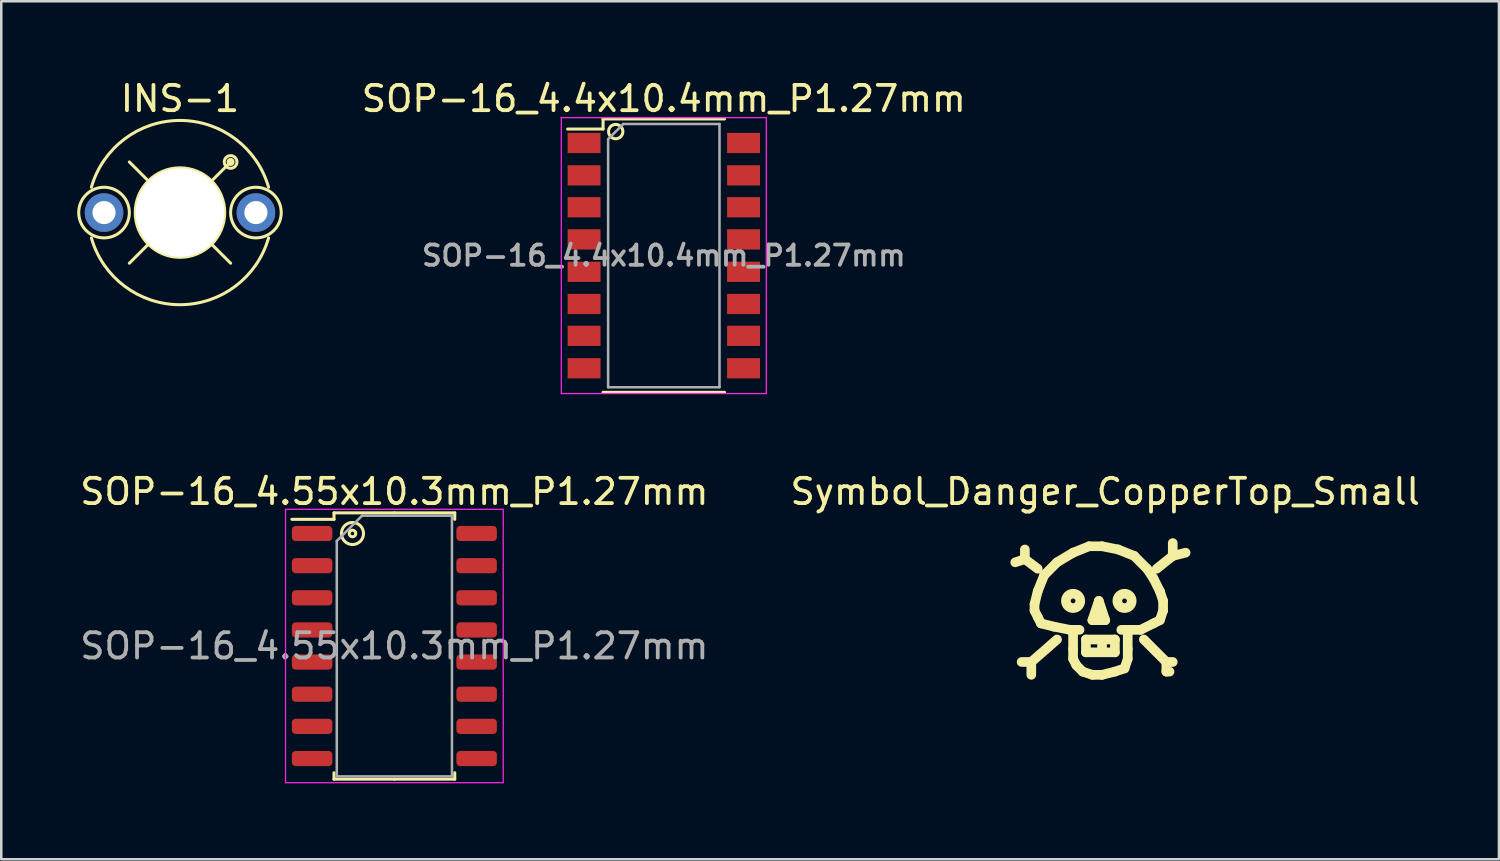
<source format=kicad_pcb>
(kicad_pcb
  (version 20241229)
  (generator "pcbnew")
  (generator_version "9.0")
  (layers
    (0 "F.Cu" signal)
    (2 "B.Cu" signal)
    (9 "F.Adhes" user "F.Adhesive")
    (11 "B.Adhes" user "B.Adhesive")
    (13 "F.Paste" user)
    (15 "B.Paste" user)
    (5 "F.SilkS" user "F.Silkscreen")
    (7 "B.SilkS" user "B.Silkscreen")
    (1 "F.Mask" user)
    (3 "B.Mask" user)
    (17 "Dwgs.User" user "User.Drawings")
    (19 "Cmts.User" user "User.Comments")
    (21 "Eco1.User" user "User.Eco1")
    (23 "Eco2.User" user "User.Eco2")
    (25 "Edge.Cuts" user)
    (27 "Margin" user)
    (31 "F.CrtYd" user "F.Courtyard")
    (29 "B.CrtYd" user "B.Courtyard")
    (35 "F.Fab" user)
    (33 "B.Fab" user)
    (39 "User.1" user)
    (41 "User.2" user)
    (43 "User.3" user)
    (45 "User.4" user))
  (footprint "INS-1"
    (layer "F.Cu")
    (at 4.06 5.348)
    (property "Reference" "INS-1" (at 0 -4.5 0) (layer "F.SilkS") (effects (font (size 1 1) (thickness 0.15))))
    (attr through_hole)
    (fp_line (start -2 -2) (end -1.25 -1.25) (stroke (width 0.12) (type solid)) (layer "F.SilkS"))
    (fp_line (start -2 2) (end -1.25 1.25) (stroke (width 0.12) (type solid)) (layer "F.SilkS"))
    (fp_line (start 1.25 1.25) (end 2 2) (stroke (width 0.12) (type solid)) (layer "F.SilkS"))
    (fp_line (start 2 -2) (end 1.25 -1.25) (stroke (width 0.12) (type solid)) (layer "F.SilkS"))
    (fp_arc (start -3.499999 -1) (mid 0 -3.640054) (end 3.499999 -0.999999) (stroke (width 0.12) (type solid)) (layer "F.SilkS"))
    (fp_arc (start 3.499999 1) (mid 0 3.640054) (end -3.499999 0.999999) (stroke (width 0.12) (type solid)) (layer "F.SilkS"))
    (fp_circle (center -3 0) (end -3.8 0.6) (stroke (width 0.12) (type solid)) (fill no) (layer "F.SilkS"))
    (fp_circle (center 0 0) (end 1.75 0.25) (stroke (width 0.12) (type solid)) (fill no) (layer "F.SilkS"))
    (fp_circle (center 2 -2) (end 1.75 -2) (stroke (width 0.12) (type solid)) (fill no) (layer "F.SilkS"))
    (fp_circle (center 2 -2) (end 2 -2.1) (stroke (width 0.12) (type solid)) (fill no) (layer "F.SilkS"))
    (fp_circle (center 3 0) (end 4 0) (stroke (width 0.12) (type solid)) (fill no) (layer "F.SilkS"))
    (pad "" np_thru_hole circle (at 0 0) (size 3.5 3.5) (drill 3.5) (layers "*.Cu" "*.Mask"))
    (pad "1" thru_hole circle (at -3 0) (size 1.524 1.524) (drill 0.914) (layers "*.Cu" "*.Mask"))
    (pad "2" thru_hole circle (at 3 0) (size 1.524 1.524) (drill 0.914) (layers "*.Cu" "*.Mask")))
  (footprint "SOP-16_4.55x10.3mm_P1.27mm"
    (layer "F.Cu")
    (at 12.53 22.471)
    (property "Reference" "SOP-16_4.55x10.3mm_P1.27mm" (at 0 -6.1 0) (layer "F.SilkS") (effects (font (size 1 1) (thickness 0.15))))
    (attr smd)
    (fp_line (start -2.385 -5.26) (end -2.385 -5.005) (stroke (width 0.12) (type solid)) (layer "F.SilkS"))
    (fp_line (start -2.385 -5.005) (end -4.05 -5.005) (stroke (width 0.12) (type solid)) (layer "F.SilkS"))
    (fp_line (start -2.385 5.26) (end -2.385 5.005) (stroke (width 0.12) (type solid)) (layer "F.SilkS"))
    (fp_line (start 0 -5.26) (end -2.385 -5.26) (stroke (width 0.12) (type solid)) (layer "F.SilkS"))
    (fp_line (start 0 -5.26) (end 2.385 -5.26) (stroke (width 0.12) (type solid)) (layer "F.SilkS"))
    (fp_line (start 0 5.26) (end -2.385 5.26) (stroke (width 0.12) (type solid)) (layer "F.SilkS"))
    (fp_line (start 0 5.26) (end 2.385 5.26) (stroke (width 0.12) (type solid)) (layer "F.SilkS"))
    (fp_line (start 2.385 -5.26) (end 2.385 -5.005) (stroke (width 0.12) (type solid)) (layer "F.SilkS"))
    (fp_line (start 2.385 5.26) (end 2.385 5.005) (stroke (width 0.12) (type solid)) (layer "F.SilkS"))
    (fp_circle (center -1.655 -4.445) (end -2.041 -4.648) (stroke (width 0.12) (type solid)) (fill no) (layer "F.SilkS"))
    (fp_circle (center -1.655 -4.445) (end -1.769 -4.381) (stroke (width 0.12) (type solid)) (fill no) (layer "F.SilkS"))
    (fp_line (start -4.3 -5.4) (end -4.3 5.4) (stroke (width 0.05) (type solid)) (layer "F.CrtYd"))
    (fp_line (start -4.3 5.4) (end 4.3 5.4) (stroke (width 0.05) (type solid)) (layer "F.CrtYd"))
    (fp_line (start 4.3 -5.4) (end -4.3 -5.4) (stroke (width 0.05) (type solid)) (layer "F.CrtYd"))
    (fp_line (start 4.3 5.4) (end 4.3 -5.4) (stroke (width 0.05) (type solid)) (layer "F.CrtYd"))
    (fp_line (start -2.275 -4.15) (end -1.275 -5.15) (stroke (width 0.1) (type solid)) (layer "F.Fab"))
    (fp_line (start -2.275 5.15) (end -2.275 -4.15) (stroke (width 0.1) (type solid)) (layer "F.Fab"))
    (fp_line (start -1.275 -5.15) (end 2.275 -5.15) (stroke (width 0.1) (type solid)) (layer "F.Fab"))
    (fp_line (start 2.275 -5.15) (end 2.275 5.15) (stroke (width 0.1) (type solid)) (layer "F.Fab"))
    (fp_line (start 2.275 5.15) (end -2.275 5.15) (stroke (width 0.1) (type solid)) (layer "F.Fab"))
    (fp_text user "${REFERENCE}" (at 0 0 0) (layer "F.Fab") (effects (font (size 1 1) (thickness 0.15))))
    (pad "1" smd roundrect (at -3.25 -4.445) (size 1.6 0.6) (layers "F.Cu" "F.Mask" "F.Paste") (roundrect_rratio 0.25))
    (pad "2" smd roundrect (at -3.25 -3.175) (size 1.6 0.6) (layers "F.Cu" "F.Mask" "F.Paste") (roundrect_rratio 0.25))
    (pad "3" smd roundrect (at -3.25 -1.905) (size 1.6 0.6) (layers "F.Cu" "F.Mask" "F.Paste") (roundrect_rratio 0.25))
    (pad "4" smd roundrect (at -3.25 -0.635) (size 1.6 0.6) (layers "F.Cu" "F.Mask" "F.Paste") (roundrect_rratio 0.25))
    (pad "5" smd roundrect (at -3.25 0.635) (size 1.6 0.6) (layers "F.Cu" "F.Mask" "F.Paste") (roundrect_rratio 0.25))
    (pad "6" smd roundrect (at -3.25 1.905) (size 1.6 0.6) (layers "F.Cu" "F.Mask" "F.Paste") (roundrect_rratio 0.25))
    (pad "7" smd roundrect (at -3.25 3.175) (size 1.6 0.6) (layers "F.Cu" "F.Mask" "F.Paste") (roundrect_rratio 0.25))
    (pad "8" smd roundrect (at -3.25 4.445) (size 1.6 0.6) (layers "F.Cu" "F.Mask" "F.Paste") (roundrect_rratio 0.25))
    (pad "9" smd roundrect (at 3.25 4.445) (size 1.6 0.6) (layers "F.Cu" "F.Mask" "F.Paste") (roundrect_rratio 0.25))
    (pad "10" smd roundrect (at 3.25 3.175) (size 1.6 0.6) (layers "F.Cu" "F.Mask" "F.Paste") (roundrect_rratio 0.25))
    (pad "11" smd roundrect (at 3.25 1.905) (size 1.6 0.6) (layers "F.Cu" "F.Mask" "F.Paste") (roundrect_rratio 0.25))
    (pad "12" smd roundrect (at 3.25 0.635) (size 1.6 0.6) (layers "F.Cu" "F.Mask" "F.Paste") (roundrect_rratio 0.25))
    (pad "13" smd roundrect (at 3.25 -0.635) (size 1.6 0.6) (layers "F.Cu" "F.Mask" "F.Paste") (roundrect_rratio 0.25))
    (pad "14" smd roundrect (at 3.25 -1.905) (size 1.6 0.6) (layers "F.Cu" "F.Mask" "F.Paste") (roundrect_rratio 0.25))
    (pad "15" smd roundrect (at 3.25 -3.175) (size 1.6 0.6) (layers "F.Cu" "F.Mask" "F.Paste") (roundrect_rratio 0.25))
    (pad "16" smd roundrect (at 3.25 -4.445) (size 1.6 0.6) (layers "F.Cu" "F.Mask" "F.Paste") (roundrect_rratio 0.25)))
  (footprint "SOP-16_4.4x10.4mm_P1.27mm"
    (layer "F.Cu")
    (at 23.174 7.048)
    (property "Reference" "SOP-16_4.4x10.4mm_P1.27mm" (at 0 -6.2 0) (layer "F.SilkS") (effects (font (size 1 1) (thickness 0.15))))
    (attr smd)
    (fp_line (start -2.4 -5.4) (end -2.4 -5) (stroke (width 0.12) (type solid)) (layer "F.SilkS"))
    (fp_line (start -2.4 -5.4) (end 2.4 -5.4) (stroke (width 0.12) (type solid)) (layer "F.SilkS"))
    (fp_line (start -2.4 -5) (end -3.8 -5) (stroke (width 0.12) (type solid)) (layer "F.SilkS"))
    (fp_line (start -2.4 5.4) (end 2.4 5.4) (stroke (width 0.12) (type solid)) (layer "F.SilkS"))
    (fp_circle (center -1.9 -4.9) (end -2.1 -5.1) (stroke (width 0.12) (type solid)) (fill no) (layer "F.SilkS"))
    (fp_line (start -4.05 -5.45) (end -4.05 5.45) (stroke (width 0.05) (type solid)) (layer "F.CrtYd"))
    (fp_line (start -4.05 -5.45) (end 4.05 -5.45) (stroke (width 0.05) (type solid)) (layer "F.CrtYd"))
    (fp_line (start 4.05 5.45) (end -4.05 5.45) (stroke (width 0.05) (type solid)) (layer "F.CrtYd"))
    (fp_line (start 4.05 5.45) (end 4.05 -5.45) (stroke (width 0.05) (type solid)) (layer "F.CrtYd"))
    (fp_line (start -2.2 -4.6) (end -1.6 -5.2) (stroke (width 0.1) (type solid)) (layer "F.Fab"))
    (fp_line (start -2.2 5.2) (end -2.2 -4.6) (stroke (width 0.1) (type solid)) (layer "F.Fab"))
    (fp_line (start -1.6 -5.2) (end 2.2 -5.2) (stroke (width 0.1) (type solid)) (layer "F.Fab"))
    (fp_line (start 2.2 -5.2) (end 2.2 5.2) (stroke (width 0.1) (type solid)) (layer "F.Fab"))
    (fp_line (start 2.2 5.2) (end -2.2 5.2) (stroke (width 0.1) (type solid)) (layer "F.Fab"))
    (fp_text user "${REFERENCE}" (at 0 0 0) (layer "F.Fab") (effects (font (size 0.8 0.8) (thickness 0.15))))
    (pad "1" smd rect (at -3.15 -4.45) (size 1.3 0.8) (layers "F.Cu" "F.Mask" "F.Paste"))
    (pad "2" smd rect (at -3.15 -3.17) (size 1.3 0.8) (layers "F.Cu" "F.Mask" "F.Paste"))
    (pad "3" smd rect (at -3.15 -1.91) (size 1.3 0.8) (layers "F.Cu" "F.Mask" "F.Paste"))
    (pad "4" smd rect (at -3.15 -0.64) (size 1.3 0.8) (layers "F.Cu" "F.Mask" "F.Paste"))
    (pad "5" smd rect (at -3.15 0.64) (size 1.3 0.8) (layers "F.Cu" "F.Mask" "F.Paste"))
    (pad "6" smd rect (at -3.15 1.91) (size 1.3 0.8) (layers "F.Cu" "F.Mask" "F.Paste"))
    (pad "7" smd rect (at -3.15 3.17) (size 1.3 0.8) (layers "F.Cu" "F.Mask" "F.Paste"))
    (pad "8" smd rect (at -3.15 4.45) (size 1.3 0.8) (layers "F.Cu" "F.Mask" "F.Paste"))
    (pad "9" smd rect (at 3.15 4.45) (size 1.3 0.8) (layers "F.Cu" "F.Mask" "F.Paste"))
    (pad "10" smd rect (at 3.15 3.17) (size 1.3 0.8) (layers "F.Cu" "F.Mask" "F.Paste"))
    (pad "11" smd rect (at 3.15 1.91) (size 1.3 0.8) (layers "F.Cu" "F.Mask" "F.Paste"))
    (pad "12" smd rect (at 3.15 0.64) (size 1.3 0.8) (layers "F.Cu" "F.Mask" "F.Paste"))
    (pad "13" smd rect (at 3.15 -0.64) (size 1.3 0.8) (layers "F.Cu" "F.Mask" "F.Paste"))
    (pad "14" smd rect (at 3.15 -1.91) (size 1.3 0.8) (layers "F.Cu" "F.Mask" "F.Paste"))
    (pad "15" smd rect (at 3.15 -3.17) (size 1.3 0.8) (layers "F.Cu" "F.Mask" "F.Paste"))
    (pad "16" smd rect (at 3.15 -4.45) (size 1.3 0.8) (layers "F.Cu" "F.Mask" "F.Paste")))
  (footprint "Symbol_Danger_CopperTop_Small"
    (layer "F.Cu")
    (at 40.359 21.07)
    (property "Reference" "Symbol_Danger_CopperTop_Small" (at 0.254 -4.699 0) (layer "F.SilkS") (effects (font (size 1 1) (thickness 0.15))))
    (attr exclude_from_pos_files exclude_from_bom)
    (fp_line (start -2.921 -2.032) (end -3.302 -1.905) (stroke (width 0.381) (type solid)) (layer "F.SilkS"))
    (fp_line (start -2.921 -2.032) (end -2.921 -2.413) (stroke (width 0.381) (type solid)) (layer "F.SilkS"))
    (fp_line (start -2.667 2.032) (end -3.048 2.032) (stroke (width 0.381) (type solid)) (layer "F.SilkS"))
    (fp_line (start -2.667 2.032) (end -2.667 2.54) (stroke (width 0.381) (type solid)) (layer "F.SilkS"))
    (fp_line (start -2.54 -0.254) (end -2.413 -0.762) (stroke (width 0.381) (type solid)) (layer "F.SilkS"))
    (fp_line (start -2.54 0) (end -2.54 -0.254) (stroke (width 0.381) (type solid)) (layer "F.SilkS"))
    (fp_line (start -2.54 0) (end -2.413 0.254) (stroke (width 0.381) (type solid)) (layer "F.SilkS"))
    (fp_line (start -2.413 -1.651) (end -2.921 -2.032) (stroke (width 0.381) (type solid)) (layer "F.SilkS"))
    (fp_line (start -2.413 -0.762) (end -2.159 -1.397) (stroke (width 0.381) (type solid)) (layer "F.SilkS"))
    (fp_line (start -2.413 0.254) (end -2.286 0.508) (stroke (width 0.381) (type solid)) (layer "F.SilkS"))
    (fp_line (start -2.286 0.508) (end -1.778 0.635) (stroke (width 0.381) (type solid)) (layer "F.SilkS"))
    (fp_line (start -2.159 -1.397) (end -1.651 -1.905) (stroke (width 0.381) (type solid)) (layer "F.SilkS"))
    (fp_line (start -1.778 0.635) (end -1.143 0.762) (stroke (width 0.381) (type solid)) (layer "F.SilkS"))
    (fp_line (start -1.651 -1.905) (end -1.016 -2.286) (stroke (width 0.381) (type solid)) (layer "F.SilkS"))
    (fp_line (start -1.651 1.143) (end -2.667 2.032) (stroke (width 0.381) (type solid)) (layer "F.SilkS"))
    (fp_line (start -1.143 0.762) (end -0.762 0.762) (stroke (width 0.381) (type solid)) (layer "F.SilkS"))
    (fp_line (start -1.016 -2.286) (end -0.381 -2.54) (stroke (width 0.381) (type solid)) (layer "F.SilkS"))
    (fp_line (start -1.016 1.524) (end -1.016 0.762) (stroke (width 0.381) (type solid)) (layer "F.SilkS"))
    (fp_line (start -1.016 1.905) (end -1.016 1.524) (stroke (width 0.381) (type solid)) (layer "F.SilkS"))
    (fp_line (start -1.016 1.905) (end -0.889 2.159) (stroke (width 0.381) (type solid)) (layer "F.SilkS"))
    (fp_line (start -0.889 2.159) (end -0.635 2.413) (stroke (width 0.381) (type solid)) (layer "F.SilkS"))
    (fp_line (start -0.635 2.413) (end -0.254 2.54) (stroke (width 0.381) (type solid)) (layer "F.SilkS"))
    (fp_line (start -0.508 1.143) (end 0.635 1.143) (stroke (width 0.381) (type solid)) (layer "F.SilkS"))
    (fp_line (start -0.508 1.651) (end -0.508 1.143) (stroke (width 0.381) (type solid)) (layer "F.SilkS"))
    (fp_line (start -0.381 -2.54) (end 0.127 -2.54) (stroke (width 0.381) (type solid)) (layer "F.SilkS"))
    (fp_line (start -0.254 0.381) (end 0 -0.381) (stroke (width 0.381) (type solid)) (layer "F.SilkS"))
    (fp_line (start 0 -0.381) (end 0.254 0.381) (stroke (width 0.381) (type solid)) (layer "F.SilkS"))
    (fp_line (start 0.127 -2.54) (end 0.762 -2.413) (stroke (width 0.381) (type solid)) (layer "F.SilkS"))
    (fp_line (start 0.127 1.27) (end 0.127 1.524) (stroke (width 0.381) (type solid)) (layer "F.SilkS"))
    (fp_line (start 0.127 2.54) (end -0.254 2.54) (stroke (width 0.381) (type solid)) (layer "F.SilkS"))
    (fp_line (start 0.254 0.381) (end -0.254 0.381) (stroke (width 0.381) (type solid)) (layer "F.SilkS"))
    (fp_line (start 0.635 1.143) (end 0.635 1.651) (stroke (width 0.381) (type solid)) (layer "F.SilkS"))
    (fp_line (start 0.635 1.651) (end -0.508 1.651) (stroke (width 0.381) (type solid)) (layer "F.SilkS"))
    (fp_line (start 0.635 2.413) (end 0.127 2.54) (stroke (width 0.381) (type solid)) (layer "F.SilkS"))
    (fp_line (start 0.762 -2.413) (end 1.397 -2.159) (stroke (width 0.381) (type solid)) (layer "F.SilkS"))
    (fp_line (start 1.016 2.286) (end 0.635 2.413) (stroke (width 0.381) (type solid)) (layer "F.SilkS"))
    (fp_line (start 1.143 0.762) (end 1.143 1.524) (stroke (width 0.381) (type solid)) (layer "F.SilkS"))
    (fp_line (start 1.143 1.524) (end 1.143 1.905) (stroke (width 0.381) (type solid)) (layer "F.SilkS"))
    (fp_line (start 1.143 1.905) (end 1.016 2.286) (stroke (width 0.381) (type solid)) (layer "F.SilkS"))
    (fp_line (start 1.27 0.762) (end 0.889 0.762) (stroke (width 0.381) (type solid)) (layer "F.SilkS"))
    (fp_line (start 1.397 -2.159) (end 1.905 -1.651) (stroke (width 0.381) (type solid)) (layer "F.SilkS"))
    (fp_line (start 1.651 0.762) (end 1.27 0.762) (stroke (width 0.381) (type solid)) (layer "F.SilkS"))
    (fp_line (start 1.778 1.143) (end 2.667 2.032) (stroke (width 0.381) (type solid)) (layer "F.SilkS"))
    (fp_line (start 1.905 -1.651) (end 2.159 -1.27) (stroke (width 0.381) (type solid)) (layer "F.SilkS"))
    (fp_line (start 2.159 -1.27) (end 2.413 -0.762) (stroke (width 0.381) (type solid)) (layer "F.SilkS"))
    (fp_line (start 2.159 0.508) (end 1.651 0.762) (stroke (width 0.381) (type solid)) (layer "F.SilkS"))
    (fp_line (start 2.286 -1.651) (end 2.921 -2.159) (stroke (width 0.381) (type solid)) (layer "F.SilkS"))
    (fp_line (start 2.413 -0.762) (end 2.54 -0.381) (stroke (width 0.381) (type solid)) (layer "F.SilkS"))
    (fp_line (start 2.413 0.381) (end 2.159 0.508) (stroke (width 0.381) (type solid)) (layer "F.SilkS"))
    (fp_line (start 2.54 -0.381) (end 2.54 0) (stroke (width 0.381) (type solid)) (layer "F.SilkS"))
    (fp_line (start 2.54 0) (end 2.413 0.381) (stroke (width 0.381) (type solid)) (layer "F.SilkS"))
    (fp_line (start 2.667 2.032) (end 2.667 2.413) (stroke (width 0.381) (type solid)) (layer "F.SilkS"))
    (fp_line (start 2.667 2.032) (end 2.921 2.032) (stroke (width 0.381) (type solid)) (layer "F.SilkS"))
    (fp_line (start 2.667 2.413) (end 2.794 2.413) (stroke (width 0.381) (type solid)) (layer "F.SilkS"))
    (fp_line (start 2.921 -2.159) (end 2.921 -2.667) (stroke (width 0.381) (type solid)) (layer "F.SilkS"))
    (fp_line (start 2.921 -2.159) (end 3.429 -2.286) (stroke (width 0.381) (type solid)) (layer "F.SilkS"))
    (fp_circle (center -1.016 -0.381) (end -0.732 -0.381) (stroke (width 0.381) (type solid)) (fill no) (layer "F.SilkS"))
    (fp_circle (center 1.016 -0.381) (end 1.3 -0.381) (stroke (width 0.381) (type solid)) (fill no) (layer "F.SilkS")))
  (gr_rect
    (start -3 -3)
    (end 56.167 30.896)
    (stroke (width 0.1) (type default))
    (fill no)
    (layer "Edge.Cuts")))
</source>
